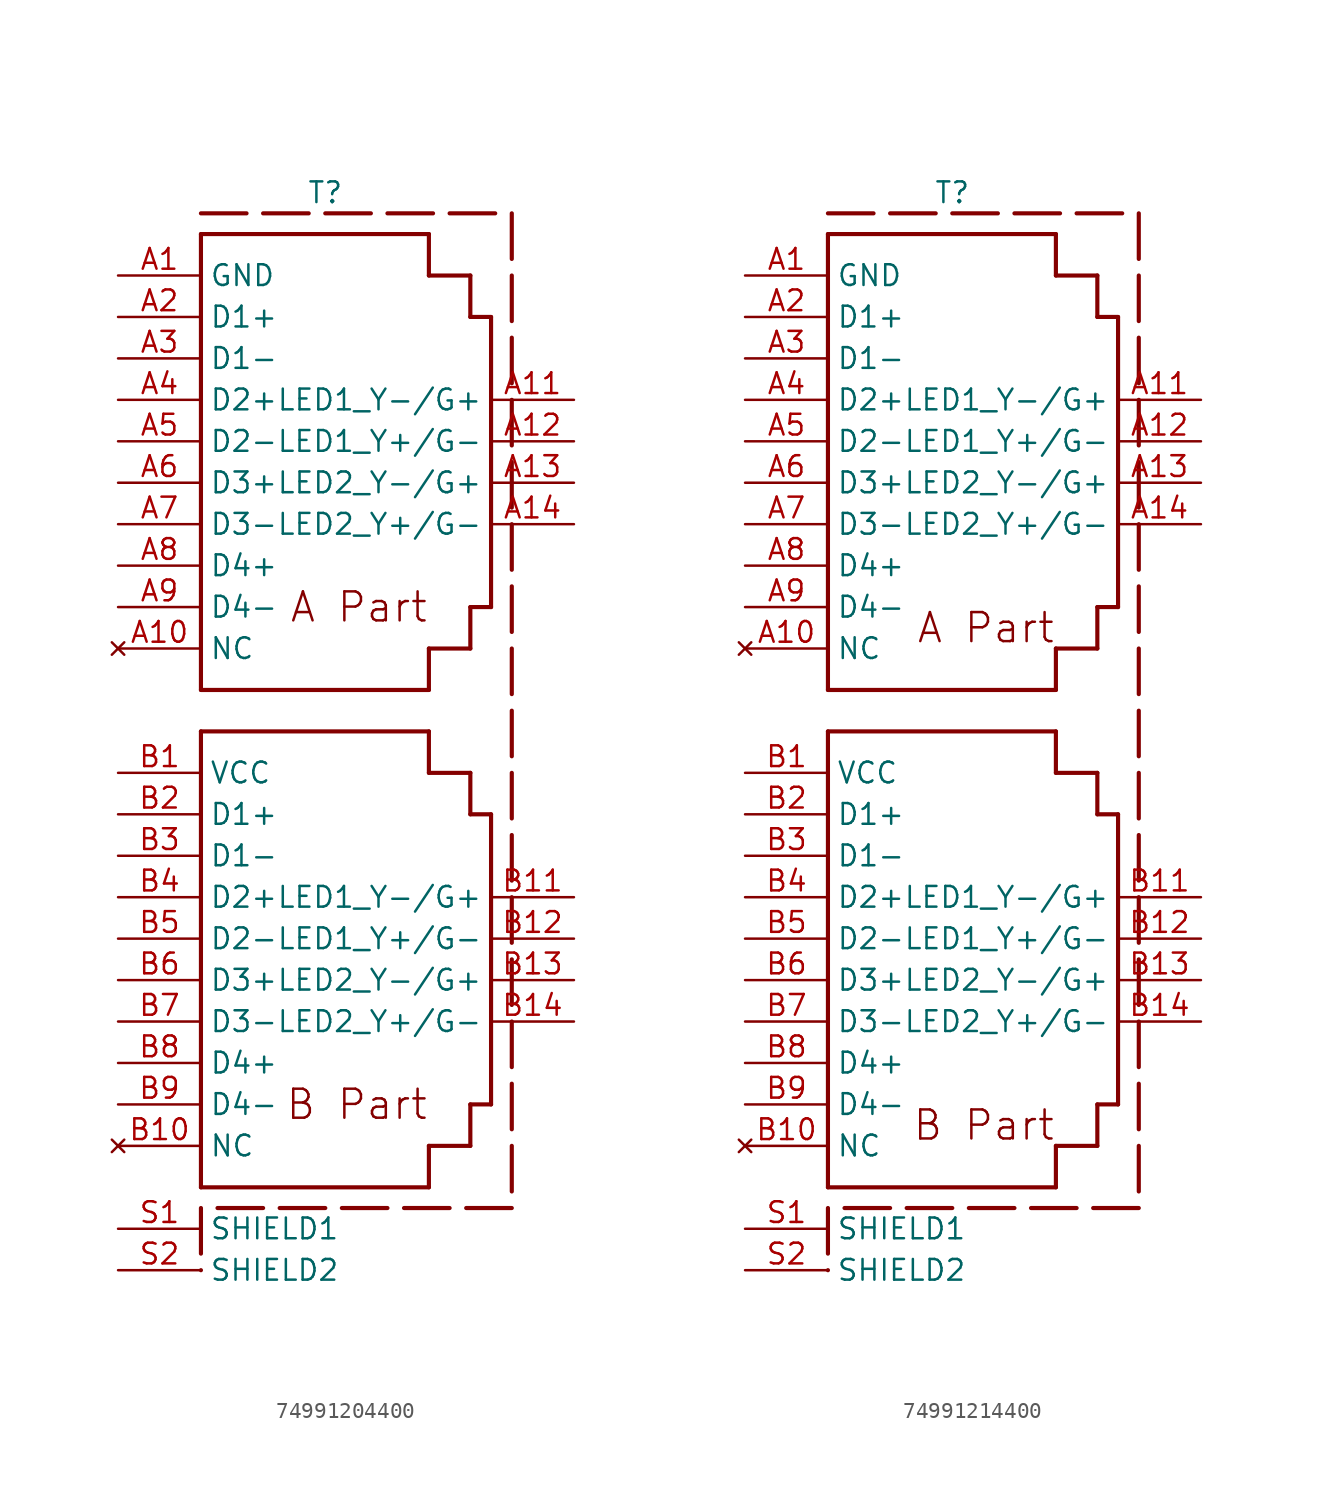
<source format=kicad_sym>
(kicad_symbol_lib
  (version 20220914)
  (generator kicad_symbol_editor)
  (symbol "74991204400"
    (property "Reference" "T"
      (at 0 30.48 0)
      (effects (font (size 1.27 1.27))))
    (property "Critical Parameter" ""
      (at 0 -5.08 0)
      (effects (font (size 1.27 1.27)) (justify left)))
    (symbol "74991204400_0_0"
      (polyline (pts (xy -7.62 -30.48) (xy -7.62 -2.54)) (stroke (width 0.254) (type default)) (fill (type none)))
      (polyline (pts (xy -7.62 -2.54) (xy 6.35 -2.54)) (stroke (width 0.254) (type default)) (fill (type none)))
      (polyline (pts (xy -7.62 0) (xy -7.62 27.94)) (stroke (width 0.254) (type default)) (fill (type none)))
      (polyline (pts (xy -7.62 27.94) (xy 6.35 27.94)) (stroke (width 0.254) (type default)) (fill (type none)))
      (polyline (pts (xy 6.35 -30.48) (xy -7.62 -30.48)) (stroke (width 0.254) (type default)) (fill (type none)))
      (polyline (pts (xy 6.35 -30.48) (xy 6.35 -27.94)) (stroke (width 0.254) (type default)) (fill (type none)))
      (polyline (pts (xy 6.35 -27.94) (xy 8.89 -27.94)) (stroke (width 0.254) (type default)) (fill (type none)))
      (polyline (pts (xy 6.35 -5.08) (xy 8.89 -5.08)) (stroke (width 0.254) (type default)) (fill (type none)))
      (polyline (pts (xy 6.35 -2.54) (xy 6.35 -5.08)) (stroke (width 0.254) (type default)) (fill (type none)))
      (polyline (pts (xy 6.35 0) (xy -7.62 0)) (stroke (width 0.254) (type default)) (fill (type none)))
      (polyline (pts (xy 6.35 0) (xy 6.35 2.54)) (stroke (width 0.254) (type default)) (fill (type none)))
      (polyline (pts (xy 6.35 2.54) (xy 8.89 2.54)) (stroke (width 0.254) (type default)) (fill (type none)))
      (polyline (pts (xy 6.35 25.4) (xy 8.89 25.4)) (stroke (width 0.254) (type default)) (fill (type none)))
      (polyline (pts (xy 6.35 27.94) (xy 6.35 25.4)) (stroke (width 0.254) (type default)) (fill (type none)))
      (polyline (pts (xy 8.89 -27.94) (xy 8.89 -25.4)) (stroke (width 0.254) (type default)) (fill (type none)))
      (polyline (pts (xy 8.89 -25.4) (xy 10.16 -25.4)) (stroke (width 0.254) (type default)) (fill (type none)))
      (polyline (pts (xy 8.89 -7.62) (xy 10.16 -7.62)) (stroke (width 0.254) (type default)) (fill (type none)))
      (polyline (pts (xy 8.89 -5.08) (xy 8.89 -7.62)) (stroke (width 0.254) (type default)) (fill (type none)))
      (polyline (pts (xy 8.89 2.54) (xy 8.89 5.08)) (stroke (width 0.254) (type default)) (fill (type none)))
      (polyline (pts (xy 8.89 5.08) (xy 10.16 5.08)) (stroke (width 0.254) (type default)) (fill (type none)))
      (polyline (pts (xy 8.89 22.86) (xy 10.16 22.86)) (stroke (width 0.254) (type default)) (fill (type none)))
      (polyline (pts (xy 8.89 25.4) (xy 8.89 22.86)) (stroke (width 0.254) (type default)) (fill (type none)))
      (polyline (pts (xy 10.16 -7.62) (xy 10.16 -25.4)) (stroke (width 0.254) (type default)) (fill (type none)))
      (polyline (pts (xy 10.16 22.86) (xy 10.16 5.08)) (stroke (width 0.254) (type default)) (fill (type none)))
      (text "A Part" (at 6.35 5.08 0) (effects (font (size 1.778 1.778)) (justify right)))
      (text "B Part" (at 6.35 -25.4 0) (effects (font (size 1.778 1.778)) (justify right)))
      (pin passive line (at -12.7 -33.02 0) (length 5.08) (name "SHIELD1" (effects (font (size 1.27 1.27)))) (number "S1" (effects (font (size 1.27 1.27)))))
      (pin passive line (at -12.7 -35.56 0) (length 5.08) (name "SHIELD2" (effects (font (size 1.27 1.27)))) (number "S2" (effects (font (size 1.27 1.27))))))
    (symbol "74991204400_1_0"
      (pin passive line (at -12.7 25.4 0) (length 5.08) (name "GND" (effects (font (size 1.27 1.27)))) (number "A1" (effects (font (size 1.27 1.27)))))
      (pin no_connect line (at -12.7 2.54 0) (length 5.08) (name "NC" (effects (font (size 1.27 1.27)))) (number "A10" (effects (font (size 1.27 1.27)))))
      (pin passive line (at 15.24 17.78 180) (length 5.08) (name "LED1_Y-/G+" (effects (font (size 1.27 1.27)))) (number "A11" (effects (font (size 1.27 1.27)))))
      (pin passive line (at 15.24 15.24 180) (length 5.08) (name "LED1_Y+/G-" (effects (font (size 1.27 1.27)))) (number "A12" (effects (font (size 1.27 1.27)))))
      (pin passive line (at 15.24 12.7 180) (length 5.08) (name "LED2_Y-/G+" (effects (font (size 1.27 1.27)))) (number "A13" (effects (font (size 1.27 1.27)))))
      (pin passive line (at 15.24 10.16 180) (length 5.08) (name "LED2_Y+/G-" (effects (font (size 1.27 1.27)))) (number "A14" (effects (font (size 1.27 1.27)))))
      (pin passive line (at -12.7 22.86 0) (length 5.08) (name "D1+" (effects (font (size 1.27 1.27)))) (number "A2" (effects (font (size 1.27 1.27)))))
      (pin passive line (at -12.7 20.32 0) (length 5.08) (name "D1-" (effects (font (size 1.27 1.27)))) (number "A3" (effects (font (size 1.27 1.27)))))
      (pin passive line (at -12.7 17.78 0) (length 5.08) (name "D2+" (effects (font (size 1.27 1.27)))) (number "A4" (effects (font (size 1.27 1.27)))))
      (pin passive line (at -12.7 15.24 0) (length 5.08) (name "D2-" (effects (font (size 1.27 1.27)))) (number "A5" (effects (font (size 1.27 1.27)))))
      (pin passive line (at -12.7 12.7 0) (length 5.08) (name "D3+" (effects (font (size 1.27 1.27)))) (number "A6" (effects (font (size 1.27 1.27)))))
      (pin passive line (at -12.7 10.16 0) (length 5.08) (name "D3-" (effects (font (size 1.27 1.27)))) (number "A7" (effects (font (size 1.27 1.27)))))
      (pin passive line (at -12.7 7.62 0) (length 5.08) (name "D4+" (effects (font (size 1.27 1.27)))) (number "A8" (effects (font (size 1.27 1.27)))))
      (pin passive line (at -12.7 5.08 0) (length 5.08) (name "D4-" (effects (font (size 1.27 1.27)))) (number "A9" (effects (font (size 1.27 1.27)))))
      (pin passive line (at -12.7 -5.08 0) (length 5.08) (name "VCC" (effects (font (size 1.27 1.27)))) (number "B1" (effects (font (size 1.27 1.27)))))
      (pin no_connect line (at -12.7 -27.94 0) (length 5.08) (name "NC" (effects (font (size 1.27 1.27)))) (number "B10" (effects (font (size 1.27 1.27)))))
      (pin passive line (at 15.24 -12.7 180) (length 5.08) (name "LED1_Y-/G+" (effects (font (size 1.27 1.27)))) (number "B11" (effects (font (size 1.27 1.27)))))
      (pin passive line (at 15.24 -15.24 180) (length 5.08) (name "LED1_Y+/G-" (effects (font (size 1.27 1.27)))) (number "B12" (effects (font (size 1.27 1.27)))))
      (pin passive line (at 15.24 -17.78 180) (length 5.08) (name "LED2_Y-/G+" (effects (font (size 1.27 1.27)))) (number "B13" (effects (font (size 1.27 1.27)))))
      (pin passive line (at 15.24 -20.32 180) (length 5.08) (name "LED2_Y+/G-" (effects (font (size 1.27 1.27)))) (number "B14" (effects (font (size 1.27 1.27)))))
      (pin passive line (at -12.7 -7.62 0) (length 5.08) (name "D1+" (effects (font (size 1.27 1.27)))) (number "B2" (effects (font (size 1.27 1.27)))))
      (pin passive line (at -12.7 -10.16 0) (length 5.08) (name "D1-" (effects (font (size 1.27 1.27)))) (number "B3" (effects (font (size 1.27 1.27)))))
      (pin passive line (at -12.7 -12.7 0) (length 5.08) (name "D2+" (effects (font (size 1.27 1.27)))) (number "B4" (effects (font (size 1.27 1.27)))))
      (pin passive line (at -12.7 -15.24 0) (length 5.08) (name "D2-" (effects (font (size 1.27 1.27)))) (number "B5" (effects (font (size 1.27 1.27)))))
      (pin passive line (at -12.7 -17.78 0) (length 5.08) (name "D3+" (effects (font (size 1.27 1.27)))) (number "B6" (effects (font (size 1.27 1.27)))))
      (pin passive line (at -12.7 -20.32 0) (length 5.08) (name "D3-" (effects (font (size 1.27 1.27)))) (number "B7" (effects (font (size 1.27 1.27)))))
      (pin passive line (at -12.7 -22.86 0) (length 5.08) (name "D4+" (effects (font (size 1.27 1.27)))) (number "B8" (effects (font (size 1.27 1.27)))))
      (pin passive line (at -12.7 -25.4 0) (length 5.08) (name "D4-" (effects (font (size 1.27 1.27)))) (number "B9" (effects (font (size 1.27 1.27))))))
    (symbol "74991204400_1_1"
      (polyline (pts (xy -7.62 29.21) (xy 11.43 29.21) (xy 11.43 -31.75) (xy -7.62 -31.75) (xy -7.62 -35.56)) (stroke (width 0.254) (type dash)) (fill (type none)))))
  (symbol "74991214400"
    (property "Reference" "T"
      (at 0 30.48 0)
      (effects (font (size 1.27 1.27))))
    (property "Critical Parameter" ""
      (at 0 -5.08 0)
      (effects (font (size 1.27 1.27)) (justify left)))
    (symbol "74991214400_0_0"
      (polyline (pts (xy -7.62 -30.48) (xy -7.62 -2.54)) (stroke (width 0.254) (type default)) (fill (type none)))
      (polyline (pts (xy -7.62 -2.54) (xy 6.35 -2.54)) (stroke (width 0.254) (type default)) (fill (type none)))
      (polyline (pts (xy -7.62 0) (xy -7.62 27.94)) (stroke (width 0.254) (type default)) (fill (type none)))
      (polyline (pts (xy -7.62 27.94) (xy 6.35 27.94)) (stroke (width 0.254) (type default)) (fill (type none)))
      (polyline (pts (xy 6.35 -30.48) (xy -7.62 -30.48)) (stroke (width 0.254) (type default)) (fill (type none)))
      (polyline (pts (xy 6.35 -30.48) (xy 6.35 -27.94)) (stroke (width 0.254) (type default)) (fill (type none)))
      (polyline (pts (xy 6.35 -27.94) (xy 8.89 -27.94)) (stroke (width 0.254) (type default)) (fill (type none)))
      (polyline (pts (xy 6.35 -5.08) (xy 8.89 -5.08)) (stroke (width 0.254) (type default)) (fill (type none)))
      (polyline (pts (xy 6.35 -2.54) (xy 6.35 -5.08)) (stroke (width 0.254) (type default)) (fill (type none)))
      (polyline (pts (xy 6.35 0) (xy -7.62 0)) (stroke (width 0.254) (type default)) (fill (type none)))
      (polyline (pts (xy 6.35 0) (xy 6.35 2.54)) (stroke (width 0.254) (type default)) (fill (type none)))
      (polyline (pts (xy 6.35 2.54) (xy 8.89 2.54)) (stroke (width 0.254) (type default)) (fill (type none)))
      (polyline (pts (xy 6.35 25.4) (xy 8.89 25.4)) (stroke (width 0.254) (type default)) (fill (type none)))
      (polyline (pts (xy 6.35 27.94) (xy 6.35 25.4)) (stroke (width 0.254) (type default)) (fill (type none)))
      (polyline (pts (xy 8.89 -27.94) (xy 8.89 -25.4)) (stroke (width 0.254) (type default)) (fill (type none)))
      (polyline (pts (xy 8.89 -25.4) (xy 10.16 -25.4)) (stroke (width 0.254) (type default)) (fill (type none)))
      (polyline (pts (xy 8.89 -7.62) (xy 10.16 -7.62)) (stroke (width 0.254) (type default)) (fill (type none)))
      (polyline (pts (xy 8.89 -5.08) (xy 8.89 -7.62)) (stroke (width 0.254) (type default)) (fill (type none)))
      (polyline (pts (xy 8.89 2.54) (xy 8.89 5.08)) (stroke (width 0.254) (type default)) (fill (type none)))
      (polyline (pts (xy 8.89 5.08) (xy 10.16 5.08)) (stroke (width 0.254) (type default)) (fill (type none)))
      (polyline (pts (xy 8.89 22.86) (xy 10.16 22.86)) (stroke (width 0.254) (type default)) (fill (type none)))
      (polyline (pts (xy 8.89 25.4) (xy 8.89 22.86)) (stroke (width 0.254) (type default)) (fill (type none)))
      (polyline (pts (xy 10.16 -7.62) (xy 10.16 -25.4)) (stroke (width 0.254) (type default)) (fill (type none)))
      (polyline (pts (xy 10.16 22.86) (xy 10.16 5.08)) (stroke (width 0.254) (type default)) (fill (type none)))
      (text "A Part" (at 6.35 3.81 0) (effects (font (size 1.778 1.778)) (justify right)))
      (text "B Part" (at 6.35 -26.67 0) (effects (font (size 1.778 1.778)) (justify right)))
      (pin passive line (at -12.7 -33.02 0) (length 5.08) (name "SHIELD1" (effects (font (size 1.27 1.27)))) (number "S1" (effects (font (size 1.27 1.27)))))
      (pin passive line (at -12.7 -35.56 0) (length 5.08) (name "SHIELD2" (effects (font (size 1.27 1.27)))) (number "S2" (effects (font (size 1.27 1.27))))))
    (symbol "74991214400_1_0"
      (pin passive line (at -12.7 25.4 0) (length 5.08) (name "GND" (effects (font (size 1.27 1.27)))) (number "A1" (effects (font (size 1.27 1.27)))))
      (pin no_connect line (at -12.7 2.54 0) (length 5.08) (name "NC" (effects (font (size 1.27 1.27)))) (number "A10" (effects (font (size 1.27 1.27)))))
      (pin passive line (at 15.24 17.78 180) (length 5.08) (name "LED1_Y-/G+" (effects (font (size 1.27 1.27)))) (number "A11" (effects (font (size 1.27 1.27)))))
      (pin passive line (at 15.24 15.24 180) (length 5.08) (name "LED1_Y+/G-" (effects (font (size 1.27 1.27)))) (number "A12" (effects (font (size 1.27 1.27)))))
      (pin passive line (at 15.24 12.7 180) (length 5.08) (name "LED2_Y-/G+" (effects (font (size 1.27 1.27)))) (number "A13" (effects (font (size 1.27 1.27)))))
      (pin passive line (at 15.24 10.16 180) (length 5.08) (name "LED2_Y+/G-" (effects (font (size 1.27 1.27)))) (number "A14" (effects (font (size 1.27 1.27)))))
      (pin passive line (at -12.7 22.86 0) (length 5.08) (name "D1+" (effects (font (size 1.27 1.27)))) (number "A2" (effects (font (size 1.27 1.27)))))
      (pin passive line (at -12.7 20.32 0) (length 5.08) (name "D1-" (effects (font (size 1.27 1.27)))) (number "A3" (effects (font (size 1.27 1.27)))))
      (pin passive line (at -12.7 17.78 0) (length 5.08) (name "D2+" (effects (font (size 1.27 1.27)))) (number "A4" (effects (font (size 1.27 1.27)))))
      (pin passive line (at -12.7 15.24 0) (length 5.08) (name "D2-" (effects (font (size 1.27 1.27)))) (number "A5" (effects (font (size 1.27 1.27)))))
      (pin passive line (at -12.7 12.7 0) (length 5.08) (name "D3+" (effects (font (size 1.27 1.27)))) (number "A6" (effects (font (size 1.27 1.27)))))
      (pin passive line (at -12.7 10.16 0) (length 5.08) (name "D3-" (effects (font (size 1.27 1.27)))) (number "A7" (effects (font (size 1.27 1.27)))))
      (pin passive line (at -12.7 7.62 0) (length 5.08) (name "D4+" (effects (font (size 1.27 1.27)))) (number "A8" (effects (font (size 1.27 1.27)))))
      (pin passive line (at -12.7 5.08 0) (length 5.08) (name "D4-" (effects (font (size 1.27 1.27)))) (number "A9" (effects (font (size 1.27 1.27)))))
      (pin passive line (at -12.7 -5.08 0) (length 5.08) (name "VCC" (effects (font (size 1.27 1.27)))) (number "B1" (effects (font (size 1.27 1.27)))))
      (pin no_connect line (at -12.7 -27.94 0) (length 5.08) (name "NC" (effects (font (size 1.27 1.27)))) (number "B10" (effects (font (size 1.27 1.27)))))
      (pin passive line (at 15.24 -12.7 180) (length 5.08) (name "LED1_Y-/G+" (effects (font (size 1.27 1.27)))) (number "B11" (effects (font (size 1.27 1.27)))))
      (pin passive line (at 15.24 -15.24 180) (length 5.08) (name "LED1_Y+/G-" (effects (font (size 1.27 1.27)))) (number "B12" (effects (font (size 1.27 1.27)))))
      (pin passive line (at 15.24 -17.78 180) (length 5.08) (name "LED2_Y-/G+" (effects (font (size 1.27 1.27)))) (number "B13" (effects (font (size 1.27 1.27)))))
      (pin passive line (at 15.24 -20.32 180) (length 5.08) (name "LED2_Y+/G-" (effects (font (size 1.27 1.27)))) (number "B14" (effects (font (size 1.27 1.27)))))
      (pin passive line (at -12.7 -7.62 0) (length 5.08) (name "D1+" (effects (font (size 1.27 1.27)))) (number "B2" (effects (font (size 1.27 1.27)))))
      (pin passive line (at -12.7 -10.16 0) (length 5.08) (name "D1-" (effects (font (size 1.27 1.27)))) (number "B3" (effects (font (size 1.27 1.27)))))
      (pin passive line (at -12.7 -12.7 0) (length 5.08) (name "D2+" (effects (font (size 1.27 1.27)))) (number "B4" (effects (font (size 1.27 1.27)))))
      (pin passive line (at -12.7 -15.24 0) (length 5.08) (name "D2-" (effects (font (size 1.27 1.27)))) (number "B5" (effects (font (size 1.27 1.27)))))
      (pin passive line (at -12.7 -17.78 0) (length 5.08) (name "D3+" (effects (font (size 1.27 1.27)))) (number "B6" (effects (font (size 1.27 1.27)))))
      (pin passive line (at -12.7 -20.32 0) (length 5.08) (name "D3-" (effects (font (size 1.27 1.27)))) (number "B7" (effects (font (size 1.27 1.27)))))
      (pin passive line (at -12.7 -22.86 0) (length 5.08) (name "D4+" (effects (font (size 1.27 1.27)))) (number "B8" (effects (font (size 1.27 1.27)))))
      (pin passive line (at -12.7 -25.4 0) (length 5.08) (name "D4-" (effects (font (size 1.27 1.27)))) (number "B9" (effects (font (size 1.27 1.27))))))
    (symbol "74991214400_1_1"
      (polyline (pts (xy -7.62 29.21) (xy 11.43 29.21) (xy 11.43 -31.75) (xy -7.62 -31.75) (xy -7.62 -35.56)) (stroke (width 0.254) (type dash)) (fill (type none))))))
</source>
